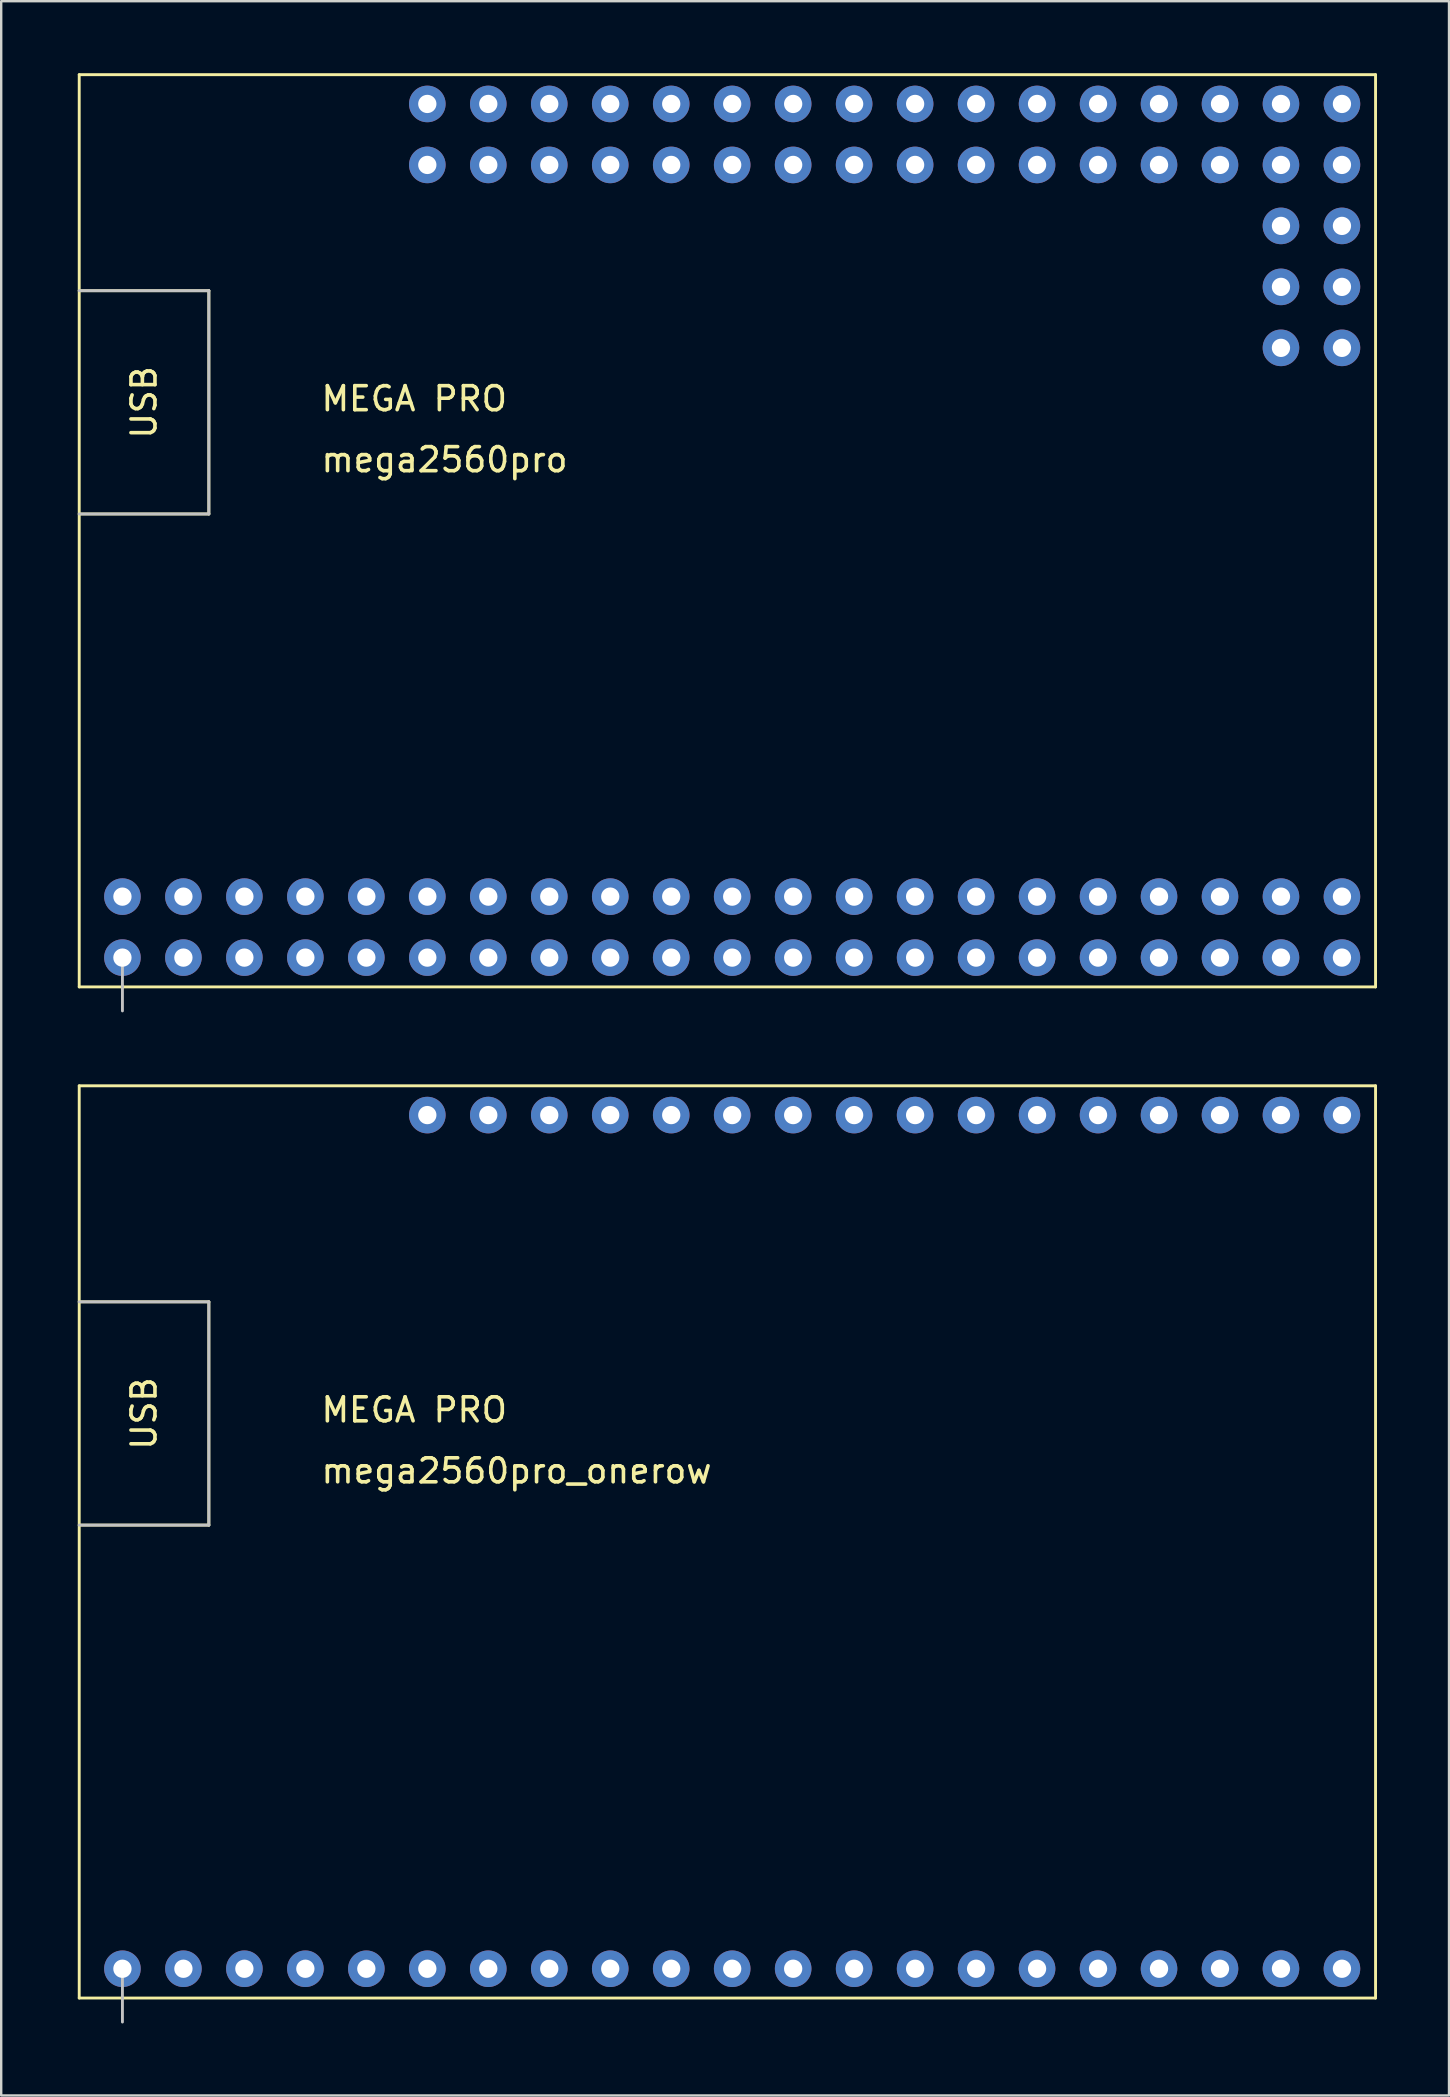
<source format=kicad_pcb>
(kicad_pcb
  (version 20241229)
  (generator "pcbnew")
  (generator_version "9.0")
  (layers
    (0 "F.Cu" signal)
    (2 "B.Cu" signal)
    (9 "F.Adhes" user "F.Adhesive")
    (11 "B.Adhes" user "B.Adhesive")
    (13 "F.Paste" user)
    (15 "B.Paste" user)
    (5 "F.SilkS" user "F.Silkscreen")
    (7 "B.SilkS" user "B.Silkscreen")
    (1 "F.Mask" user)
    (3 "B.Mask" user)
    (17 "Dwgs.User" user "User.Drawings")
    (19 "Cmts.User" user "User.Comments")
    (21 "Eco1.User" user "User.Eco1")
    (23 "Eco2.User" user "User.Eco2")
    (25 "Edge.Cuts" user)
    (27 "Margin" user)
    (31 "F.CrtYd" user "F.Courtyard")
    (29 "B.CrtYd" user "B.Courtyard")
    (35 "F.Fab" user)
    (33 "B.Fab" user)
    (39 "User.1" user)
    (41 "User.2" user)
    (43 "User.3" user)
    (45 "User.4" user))
  (footprint "mega2560pro_onerow"
    (layer "F.Cu")
    (at 0.25 61.18)
    (property "Reference" "mega2560pro_onerow" (at 10 -2.96 0) (unlocked yes) (layer "F.SilkS") (effects (font (size 1 1) (thickness 0.15)) (justify left)))
    (attr through_hole)
    (fp_line (start 0 -19) (end 54 -19) (stroke (width 0.12) (type solid)) (layer "F.SilkS"))
    (fp_line (start 0 -10) (end 5.4 -10) (stroke (width 0.12) (type solid)) (layer "F.SilkS"))
    (fp_line (start 0 19) (end 0 -19) (stroke (width 0.12) (type solid)) (layer "F.SilkS"))
    (fp_line (start 5.4 -10) (end 5.4 -0.7) (stroke (width 0.12) (type solid)) (layer "F.SilkS"))
    (fp_line (start 5.4 -0.7) (end 0 -0.7) (stroke (width 0.12) (type solid)) (layer "F.SilkS"))
    (fp_line (start 54 -19) (end 54 19) (stroke (width 0.12) (type solid)) (layer "F.SilkS"))
    (fp_line (start 54 19) (end 0 19) (stroke (width 0.12) (type solid)) (layer "F.SilkS"))
    (fp_line (start 0 -10) (end 5.4 -10) (stroke (width 0.12) (type solid)) (layer "Dwgs.User"))
    (fp_line (start 1.8 19) (end 1.8 17.78) (stroke (width 0.12) (type solid)) (layer "Dwgs.User"))
    (fp_line (start 1.8 19) (end 1.8 20) (stroke (width 0.12) (type solid)) (layer "Dwgs.User"))
    (fp_line (start 5.4 -10) (end 5.4 -0.7) (stroke (width 0.12) (type solid)) (layer "Dwgs.User"))
    (fp_line (start 5.4 -0.7) (end 0 -0.7) (stroke (width 0.12) (type solid)) (layer "Dwgs.User"))
    (fp_text user "USB" (at 2.7 -5.35 90) (unlocked yes) (layer "F.SilkS") (effects (font (size 1 1) (thickness 0.15))))
    (fp_text user "MEGA PRO" (at 10 -5.5 0) (unlocked yes) (layer "F.SilkS") (effects (font (size 1 1) (thickness 0.15)) (justify left)))
    (pad "1" thru_hole circle (at 14.5 -17.78) (size 1.524 1.524) (drill 0.762) (layers "*.Cu" "*.Mask"))
    (pad "2" thru_hole circle (at 17.04 -17.78) (size 1.524 1.524) (drill 0.762) (layers "*.Cu" "*.Mask"))
    (pad "3" thru_hole circle (at 19.58 -17.78) (size 1.524 1.524) (drill 0.762) (layers "*.Cu" "*.Mask"))
    (pad "4" thru_hole circle (at 22.12 -17.78) (size 1.524 1.524) (drill 0.762) (layers "*.Cu" "*.Mask"))
    (pad "5" thru_hole circle (at 24.66 -17.78) (size 1.524 1.524) (drill 0.762) (layers "*.Cu" "*.Mask"))
    (pad "6" thru_hole circle (at 27.2 -17.78) (size 1.524 1.524) (drill 0.762) (layers "*.Cu" "*.Mask"))
    (pad "7" thru_hole circle (at 29.74 -17.78) (size 1.524 1.524) (drill 0.762) (layers "*.Cu" "*.Mask"))
    (pad "8" thru_hole circle (at 32.28 -17.78) (size 1.524 1.524) (drill 0.762) (layers "*.Cu" "*.Mask"))
    (pad "9" thru_hole circle (at 34.82 -17.78) (size 1.524 1.524) (drill 0.762) (layers "*.Cu" "*.Mask"))
    (pad "10" thru_hole circle (at 37.36 -17.78) (size 1.524 1.524) (drill 0.762) (layers "*.Cu" "*.Mask"))
    (pad "11" thru_hole circle (at 39.9 -17.78) (size 1.524 1.524) (drill 0.762) (layers "*.Cu" "*.Mask"))
    (pad "12" thru_hole circle (at 42.44 -17.78) (size 1.524 1.524) (drill 0.762) (layers "*.Cu" "*.Mask"))
    (pad "13" thru_hole circle (at 44.98 -17.78) (size 1.524 1.524) (drill 0.762) (layers "*.Cu" "*.Mask"))
    (pad "14" thru_hole circle (at 47.52 -17.78) (size 1.524 1.524) (drill 0.762) (layers "*.Cu" "*.Mask"))
    (pad "15" thru_hole circle (at 50.06 -17.78) (size 1.524 1.524) (drill 0.762) (layers "*.Cu" "*.Mask"))
    (pad "16" thru_hole circle (at 52.6 -17.78) (size 1.524 1.524) (drill 0.762) (layers "*.Cu" "*.Mask"))
    (pad "17" thru_hole circle (at 1.8 17.78) (size 1.524 1.524) (drill 0.762) (layers "*.Cu" "*.Mask"))
    (pad "18" thru_hole circle (at 4.34 17.78) (size 1.524 1.524) (drill 0.762) (layers "*.Cu" "*.Mask"))
    (pad "19" thru_hole circle (at 6.88 17.78) (size 1.524 1.524) (drill 0.762) (layers "*.Cu" "*.Mask"))
    (pad "20" thru_hole circle (at 9.42 17.78) (size 1.524 1.524) (drill 0.762) (layers "*.Cu" "*.Mask"))
    (pad "21" thru_hole circle (at 11.96 17.78) (size 1.524 1.524) (drill 0.762) (layers "*.Cu" "*.Mask"))
    (pad "22" thru_hole circle (at 14.5 17.78) (size 1.524 1.524) (drill 0.762) (layers "*.Cu" "*.Mask"))
    (pad "23" thru_hole circle (at 17.04 17.78) (size 1.524 1.524) (drill 0.762) (layers "*.Cu" "*.Mask"))
    (pad "24" thru_hole circle (at 19.58 17.78) (size 1.524 1.524) (drill 0.762) (layers "*.Cu" "*.Mask"))
    (pad "25" thru_hole circle (at 22.12 17.78) (size 1.524 1.524) (drill 0.762) (layers "*.Cu" "*.Mask"))
    (pad "26" thru_hole circle (at 24.66 17.78) (size 1.524 1.524) (drill 0.762) (layers "*.Cu" "*.Mask"))
    (pad "27" thru_hole circle (at 27.2 17.78) (size 1.524 1.524) (drill 0.762) (layers "*.Cu" "*.Mask"))
    (pad "28" thru_hole circle (at 29.74 17.78) (size 1.524 1.524) (drill 0.762) (layers "*.Cu" "*.Mask"))
    (pad "29" thru_hole circle (at 32.28 17.78) (size 1.524 1.524) (drill 0.762) (layers "*.Cu" "*.Mask"))
    (pad "30" thru_hole circle (at 34.82 17.78) (size 1.524 1.524) (drill 0.762) (layers "*.Cu" "*.Mask"))
    (pad "31" thru_hole circle (at 37.36 17.78) (size 1.524 1.524) (drill 0.762) (layers "*.Cu" "*.Mask"))
    (pad "32" thru_hole circle (at 39.9 17.78) (size 1.524 1.524) (drill 0.762) (layers "*.Cu" "*.Mask"))
    (pad "33" thru_hole circle (at 42.44 17.78) (size 1.524 1.524) (drill 0.762) (layers "*.Cu" "*.Mask"))
    (pad "34" thru_hole circle (at 44.98 17.78) (size 1.524 1.524) (drill 0.762) (layers "*.Cu" "*.Mask"))
    (pad "35" thru_hole circle (at 47.52 17.78) (size 1.524 1.524) (drill 0.762) (layers "*.Cu" "*.Mask"))
    (pad "36" thru_hole circle (at 50.06 17.78) (size 1.524 1.524) (drill 0.762) (layers "*.Cu" "*.Mask"))
    (pad "37" thru_hole circle (at 52.6 17.78) (size 1.524 1.524) (drill 0.762) (layers "*.Cu" "*.Mask")))
  (footprint "mega2560pro"
    (layer "F.Cu")
    (at 0.25 19.06)
    (property "Reference" "mega2560pro" (at 10 -2.96 0) (unlocked yes) (layer "F.SilkS") (effects (font (size 1 1) (thickness 0.15)) (justify left)))
    (attr through_hole)
    (fp_line (start 0 -19) (end 54 -19) (stroke (width 0.12) (type solid)) (layer "F.SilkS"))
    (fp_line (start 0 -10) (end 5.4 -10) (stroke (width 0.12) (type solid)) (layer "F.SilkS"))
    (fp_line (start 0 19) (end 0 -19) (stroke (width 0.12) (type solid)) (layer "F.SilkS"))
    (fp_line (start 5.4 -10) (end 5.4 -0.7) (stroke (width 0.12) (type solid)) (layer "F.SilkS"))
    (fp_line (start 5.4 -0.7) (end 0 -0.7) (stroke (width 0.12) (type solid)) (layer "F.SilkS"))
    (fp_line (start 54 -19) (end 54 19) (stroke (width 0.12) (type solid)) (layer "F.SilkS"))
    (fp_line (start 54 19) (end 0 19) (stroke (width 0.12) (type solid)) (layer "F.SilkS"))
    (fp_line (start 0 -10) (end 5.4 -10) (stroke (width 0.12) (type solid)) (layer "Dwgs.User"))
    (fp_line (start 1.8 19) (end 1.8 17.78) (stroke (width 0.12) (type solid)) (layer "Dwgs.User"))
    (fp_line (start 1.8 19) (end 1.8 20) (stroke (width 0.12) (type solid)) (layer "Dwgs.User"))
    (fp_line (start 5.4 -10) (end 5.4 -0.7) (stroke (width 0.12) (type solid)) (layer "Dwgs.User"))
    (fp_line (start 5.4 -0.7) (end 0 -0.7) (stroke (width 0.12) (type solid)) (layer "Dwgs.User"))
    (fp_text user "USB" (at 2.7 -5.35 90) (unlocked yes) (layer "F.SilkS") (effects (font (size 1 1) (thickness 0.15))))
    (fp_text user "MEGA PRO" (at 10 -5.5 0) (unlocked yes) (layer "F.SilkS") (effects (font (size 1 1) (thickness 0.15)) (justify left)))
    (pad "1" thru_hole circle (at 14.5 -17.78) (size 1.524 1.524) (drill 0.762) (layers "*.Cu" "*.Mask"))
    (pad "2" thru_hole circle (at 14.5 -15.24) (size 1.524 1.524) (drill 0.762) (layers "*.Cu" "*.Mask"))
    (pad "3" thru_hole circle (at 17.04 -17.78) (size 1.524 1.524) (drill 0.762) (layers "*.Cu" "*.Mask"))
    (pad "4" thru_hole circle (at 17.04 -15.24) (size 1.524 1.524) (drill 0.762) (layers "*.Cu" "*.Mask"))
    (pad "5" thru_hole circle (at 19.58 -17.78) (size 1.524 1.524) (drill 0.762) (layers "*.Cu" "*.Mask"))
    (pad "6" thru_hole circle (at 19.58 -15.24) (size 1.524 1.524) (drill 0.762) (layers "*.Cu" "*.Mask"))
    (pad "7" thru_hole circle (at 22.12 -17.78) (size 1.524 1.524) (drill 0.762) (layers "*.Cu" "*.Mask"))
    (pad "8" thru_hole circle (at 22.12 -15.24) (size 1.524 1.524) (drill 0.762) (layers "*.Cu" "*.Mask"))
    (pad "9" thru_hole circle (at 24.66 -17.78) (size 1.524 1.524) (drill 0.762) (layers "*.Cu" "*.Mask"))
    (pad "10" thru_hole circle (at 24.66 -15.24) (size 1.524 1.524) (drill 0.762) (layers "*.Cu" "*.Mask"))
    (pad "11" thru_hole circle (at 27.2 -17.78) (size 1.524 1.524) (drill 0.762) (layers "*.Cu" "*.Mask"))
    (pad "12" thru_hole circle (at 27.2 -15.24) (size 1.524 1.524) (drill 0.762) (layers "*.Cu" "*.Mask"))
    (pad "13" thru_hole circle (at 29.74 -17.78) (size 1.524 1.524) (drill 0.762) (layers "*.Cu" "*.Mask"))
    (pad "14" thru_hole circle (at 29.74 -15.24) (size 1.524 1.524) (drill 0.762) (layers "*.Cu" "*.Mask"))
    (pad "15" thru_hole circle (at 32.28 -17.78) (size 1.524 1.524) (drill 0.762) (layers "*.Cu" "*.Mask"))
    (pad "16" thru_hole circle (at 32.28 -15.24) (size 1.524 1.524) (drill 0.762) (layers "*.Cu" "*.Mask"))
    (pad "17" thru_hole circle (at 34.82 -17.78) (size 1.524 1.524) (drill 0.762) (layers "*.Cu" "*.Mask"))
    (pad "18" thru_hole circle (at 34.82 -15.24) (size 1.524 1.524) (drill 0.762) (layers "*.Cu" "*.Mask"))
    (pad "19" thru_hole circle (at 37.36 -17.78) (size 1.524 1.524) (drill 0.762) (layers "*.Cu" "*.Mask"))
    (pad "20" thru_hole circle (at 37.36 -15.24) (size 1.524 1.524) (drill 0.762) (layers "*.Cu" "*.Mask"))
    (pad "21" thru_hole circle (at 39.9 -17.78) (size 1.524 1.524) (drill 0.762) (layers "*.Cu" "*.Mask"))
    (pad "22" thru_hole circle (at 39.9 -15.24) (size 1.524 1.524) (drill 0.762) (layers "*.Cu" "*.Mask"))
    (pad "23" thru_hole circle (at 42.44 -17.78) (size 1.524 1.524) (drill 0.762) (layers "*.Cu" "*.Mask"))
    (pad "24" thru_hole circle (at 42.44 -15.24) (size 1.524 1.524) (drill 0.762) (layers "*.Cu" "*.Mask"))
    (pad "25" thru_hole circle (at 44.98 -17.78) (size 1.524 1.524) (drill 0.762) (layers "*.Cu" "*.Mask"))
    (pad "26" thru_hole circle (at 44.98 -15.24) (size 1.524 1.524) (drill 0.762) (layers "*.Cu" "*.Mask"))
    (pad "27" thru_hole circle (at 47.52 -17.78) (size 1.524 1.524) (drill 0.762) (layers "*.Cu" "*.Mask"))
    (pad "28" thru_hole circle (at 47.52 -15.24) (size 1.524 1.524) (drill 0.762) (layers "*.Cu" "*.Mask"))
    (pad "29" thru_hole circle (at 50.06 -17.78) (size 1.524 1.524) (drill 0.762) (layers "*.Cu" "*.Mask"))
    (pad "30" thru_hole circle (at 50.06 -15.24) (size 1.524 1.524) (drill 0.762) (layers "*.Cu" "*.Mask"))
    (pad "31" thru_hole circle (at 52.6 -17.78) (size 1.524 1.524) (drill 0.762) (layers "*.Cu" "*.Mask"))
    (pad "32" thru_hole circle (at 52.6 -15.24) (size 1.524 1.524) (drill 0.762) (layers "*.Cu" "*.Mask"))
    (pad "33" thru_hole circle (at 52.6 -12.7) (size 1.524 1.524) (drill 0.762) (layers "*.Cu" "*.Mask"))
    (pad "34" thru_hole circle (at 50.06 -12.7) (size 1.524 1.524) (drill 0.762) (layers "*.Cu" "*.Mask"))
    (pad "35" thru_hole circle (at 52.6 -10.16) (size 1.524 1.524) (drill 0.762) (layers "*.Cu" "*.Mask"))
    (pad "36" thru_hole circle (at 50.06 -10.16) (size 1.524 1.524) (drill 0.762) (layers "*.Cu" "*.Mask"))
    (pad "37" thru_hole circle (at 52.6 -7.62) (size 1.524 1.524) (drill 0.762) (layers "*.Cu" "*.Mask"))
    (pad "38" thru_hole circle (at 50.06 -7.62) (size 1.524 1.524) (drill 0.762) (layers "*.Cu" "*.Mask"))
    (pad "39" thru_hole circle (at 1.8 15.24) (size 1.524 1.524) (drill 0.762) (layers "*.Cu" "*.Mask"))
    (pad "40" thru_hole circle (at 1.8 17.78) (size 1.524 1.524) (drill 0.762) (layers "*.Cu" "*.Mask"))
    (pad "41" thru_hole circle (at 4.34 15.24) (size 1.524 1.524) (drill 0.762) (layers "*.Cu" "*.Mask"))
    (pad "42" thru_hole circle (at 4.34 17.78) (size 1.524 1.524) (drill 0.762) (layers "*.Cu" "*.Mask"))
    (pad "43" thru_hole circle (at 6.88 15.24) (size 1.524 1.524) (drill 0.762) (layers "*.Cu" "*.Mask"))
    (pad "44" thru_hole circle (at 6.88 17.78) (size 1.524 1.524) (drill 0.762) (layers "*.Cu" "*.Mask"))
    (pad "45" thru_hole circle (at 9.42 15.24) (size 1.524 1.524) (drill 0.762) (layers "*.Cu" "*.Mask"))
    (pad "46" thru_hole circle (at 9.42 17.78) (size 1.524 1.524) (drill 0.762) (layers "*.Cu" "*.Mask"))
    (pad "47" thru_hole circle (at 11.96 15.24) (size 1.524 1.524) (drill 0.762) (layers "*.Cu" "*.Mask"))
    (pad "48" thru_hole circle (at 11.96 17.78) (size 1.524 1.524) (drill 0.762) (layers "*.Cu" "*.Mask"))
    (pad "49" thru_hole circle (at 14.5 15.24) (size 1.524 1.524) (drill 0.762) (layers "*.Cu" "*.Mask"))
    (pad "50" thru_hole circle (at 14.5 17.78) (size 1.524 1.524) (drill 0.762) (layers "*.Cu" "*.Mask"))
    (pad "51" thru_hole circle (at 17.04 15.24) (size 1.524 1.524) (drill 0.762) (layers "*.Cu" "*.Mask"))
    (pad "52" thru_hole circle (at 17.04 17.78) (size 1.524 1.524) (drill 0.762) (layers "*.Cu" "*.Mask"))
    (pad "53" thru_hole circle (at 19.58 15.24) (size 1.524 1.524) (drill 0.762) (layers "*.Cu" "*.Mask"))
    (pad "54" thru_hole circle (at 19.58 17.78) (size 1.524 1.524) (drill 0.762) (layers "*.Cu" "*.Mask"))
    (pad "55" thru_hole circle (at 22.12 15.24) (size 1.524 1.524) (drill 0.762) (layers "*.Cu" "*.Mask"))
    (pad "56" thru_hole circle (at 22.12 17.78) (size 1.524 1.524) (drill 0.762) (layers "*.Cu" "*.Mask"))
    (pad "57" thru_hole circle (at 24.66 15.24) (size 1.524 1.524) (drill 0.762) (layers "*.Cu" "*.Mask"))
    (pad "58" thru_hole circle (at 24.66 17.78) (size 1.524 1.524) (drill 0.762) (layers "*.Cu" "*.Mask"))
    (pad "59" thru_hole circle (at 27.2 15.24) (size 1.524 1.524) (drill 0.762) (layers "*.Cu" "*.Mask"))
    (pad "60" thru_hole circle (at 27.2 17.78) (size 1.524 1.524) (drill 0.762) (layers "*.Cu" "*.Mask"))
    (pad "61" thru_hole circle (at 29.74 15.24) (size 1.524 1.524) (drill 0.762) (layers "*.Cu" "*.Mask"))
    (pad "62" thru_hole circle (at 29.74 17.78) (size 1.524 1.524) (drill 0.762) (layers "*.Cu" "*.Mask"))
    (pad "63" thru_hole circle (at 32.28 15.24) (size 1.524 1.524) (drill 0.762) (layers "*.Cu" "*.Mask"))
    (pad "64" thru_hole circle (at 32.28 17.78) (size 1.524 1.524) (drill 0.762) (layers "*.Cu" "*.Mask"))
    (pad "65" thru_hole circle (at 34.82 15.24) (size 1.524 1.524) (drill 0.762) (layers "*.Cu" "*.Mask"))
    (pad "66" thru_hole circle (at 34.82 17.78) (size 1.524 1.524) (drill 0.762) (layers "*.Cu" "*.Mask"))
    (pad "67" thru_hole circle (at 37.36 15.24) (size 1.524 1.524) (drill 0.762) (layers "*.Cu" "*.Mask"))
    (pad "68" thru_hole circle (at 37.36 17.78) (size 1.524 1.524) (drill 0.762) (layers "*.Cu" "*.Mask"))
    (pad "69" thru_hole circle (at 39.9 15.24) (size 1.524 1.524) (drill 0.762) (layers "*.Cu" "*.Mask"))
    (pad "70" thru_hole circle (at 39.9 17.78) (size 1.524 1.524) (drill 0.762) (layers "*.Cu" "*.Mask"))
    (pad "71" thru_hole circle (at 42.44 15.24) (size 1.524 1.524) (drill 0.762) (layers "*.Cu" "*.Mask"))
    (pad "72" thru_hole circle (at 42.44 17.78) (size 1.524 1.524) (drill 0.762) (layers "*.Cu" "*.Mask"))
    (pad "73" thru_hole circle (at 44.98 15.24) (size 1.524 1.524) (drill 0.762) (layers "*.Cu" "*.Mask"))
    (pad "74" thru_hole circle (at 44.98 17.78) (size 1.524 1.524) (drill 0.762) (layers "*.Cu" "*.Mask"))
    (pad "75" thru_hole circle (at 47.52 15.24) (size 1.524 1.524) (drill 0.762) (layers "*.Cu" "*.Mask"))
    (pad "76" thru_hole circle (at 47.52 17.78) (size 1.524 1.524) (drill 0.762) (layers "*.Cu" "*.Mask"))
    (pad "77" thru_hole circle (at 50.06 15.24) (size 1.524 1.524) (drill 0.762) (layers "*.Cu" "*.Mask"))
    (pad "78" thru_hole circle (at 50.06 17.78) (size 1.524 1.524) (drill 0.762) (layers "*.Cu" "*.Mask"))
    (pad "79" thru_hole circle (at 52.6 15.24) (size 1.524 1.524) (drill 0.762) (layers "*.Cu" "*.Mask"))
    (pad "80" thru_hole circle (at 52.6 17.78) (size 1.524 1.524) (drill 0.762) (layers "*.Cu" "*.Mask")))
  (gr_rect
    (start -3 -3)
    (end 57.31 84.24)
    (stroke (width 0.1) (type default))
    (fill no)
    (layer "Edge.Cuts")))
</source>
